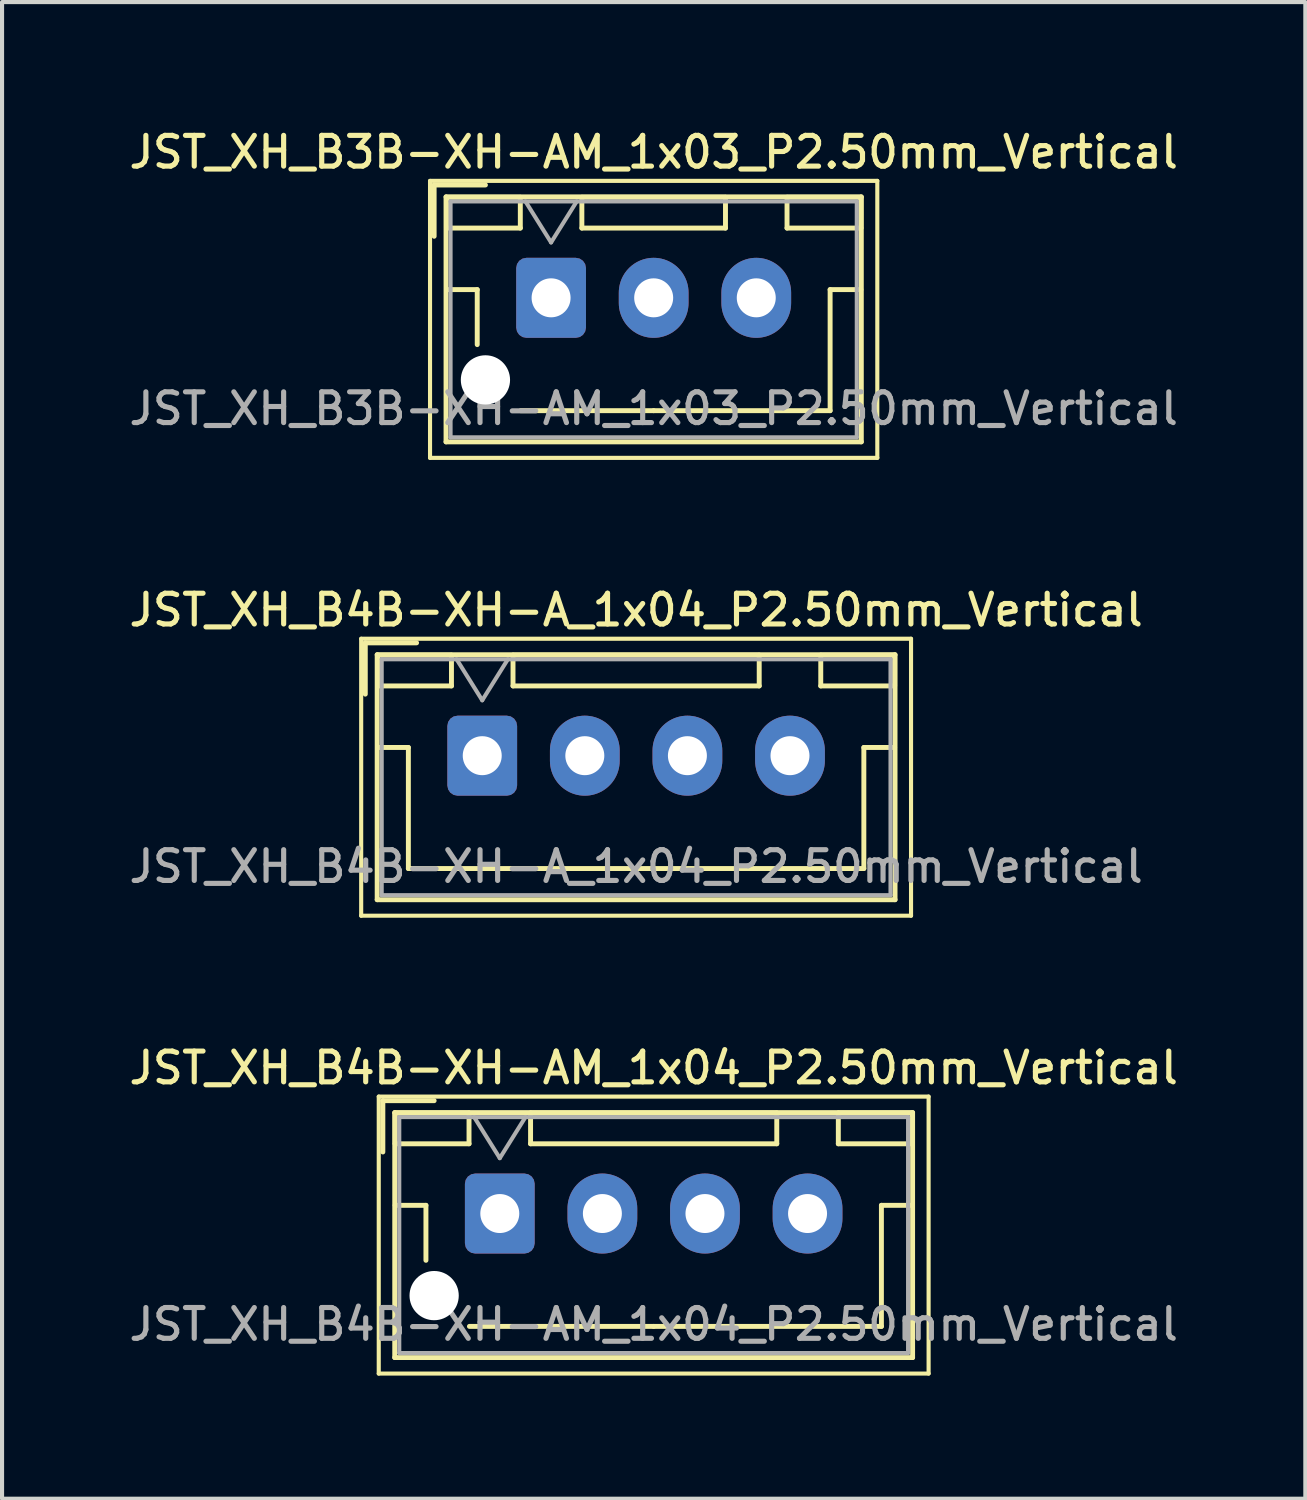
<source format=kicad_pcb>
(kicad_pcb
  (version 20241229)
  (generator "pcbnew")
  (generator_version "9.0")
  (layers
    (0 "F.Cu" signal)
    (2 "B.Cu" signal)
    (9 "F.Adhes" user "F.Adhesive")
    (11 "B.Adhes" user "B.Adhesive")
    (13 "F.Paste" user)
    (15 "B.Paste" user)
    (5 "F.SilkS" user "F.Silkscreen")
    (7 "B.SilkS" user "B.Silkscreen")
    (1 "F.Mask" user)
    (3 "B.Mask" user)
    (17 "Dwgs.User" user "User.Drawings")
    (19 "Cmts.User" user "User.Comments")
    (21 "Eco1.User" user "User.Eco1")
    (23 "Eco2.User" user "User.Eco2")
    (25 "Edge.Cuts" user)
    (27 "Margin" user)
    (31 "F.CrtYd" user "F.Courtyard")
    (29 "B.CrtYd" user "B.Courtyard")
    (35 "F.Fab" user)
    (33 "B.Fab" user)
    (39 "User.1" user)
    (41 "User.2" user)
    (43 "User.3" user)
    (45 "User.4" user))
  (footprint "JST_XH_B3B-XH-AM_1x03_P2.50mm_Vertical"
    (layer "F.Cu")
    (at 10.38 4.208)
    (property "Reference" "JST_XH_B3B-XH-AM_1x03_P2.50mm_Vertical" (at 2.5 -3.55 0) (layer "F.SilkS") (effects (font (size 0.75 0.75) (thickness 0.125))))
    (attr through_hole)
    (fp_line (start -2.95 -2.85) (end -2.95 3.9) (stroke (width 0.1) (type solid)) (layer "F.SilkS"))
    (fp_line (start -2.95 3.9) (end 7.95 3.9) (stroke (width 0.1) (type solid)) (layer "F.SilkS"))
    (fp_line (start -2.85 -2.75) (end -2.85 -1.5) (stroke (width 0.12) (type solid)) (layer "F.SilkS"))
    (fp_line (start -2.56 -2.46) (end -2.56 3.51) (stroke (width 0.12) (type solid)) (layer "F.SilkS"))
    (fp_line (start -2.56 3.51) (end 7.56 3.51) (stroke (width 0.12) (type solid)) (layer "F.SilkS"))
    (fp_line (start -2.55 -2.45) (end -2.55 -1.7) (stroke (width 0.12) (type solid)) (layer "F.SilkS"))
    (fp_line (start -2.55 -1.7) (end -0.75 -1.7) (stroke (width 0.12) (type solid)) (layer "F.SilkS"))
    (fp_line (start -2.55 -0.2) (end -1.8 -0.2) (stroke (width 0.12) (type solid)) (layer "F.SilkS"))
    (fp_line (start -1.8 -0.2) (end -1.8 1.14) (stroke (width 0.12) (type solid)) (layer "F.SilkS"))
    (fp_line (start -1.6 -2.75) (end -2.85 -2.75) (stroke (width 0.12) (type solid)) (layer "F.SilkS"))
    (fp_line (start -0.75 -2.45) (end -2.55 -2.45) (stroke (width 0.12) (type solid)) (layer "F.SilkS"))
    (fp_line (start -0.75 -1.7) (end -0.75 -2.45) (stroke (width 0.12) (type solid)) (layer "F.SilkS"))
    (fp_line (start 0.75 -2.45) (end 0.75 -1.7) (stroke (width 0.12) (type solid)) (layer "F.SilkS"))
    (fp_line (start 0.75 -1.7) (end 4.25 -1.7) (stroke (width 0.12) (type solid)) (layer "F.SilkS"))
    (fp_line (start 2.5 2.75) (end -0.74 2.75) (stroke (width 0.12) (type solid)) (layer "F.SilkS"))
    (fp_line (start 4.25 -2.45) (end 0.75 -2.45) (stroke (width 0.12) (type solid)) (layer "F.SilkS"))
    (fp_line (start 4.25 -1.7) (end 4.25 -2.45) (stroke (width 0.12) (type solid)) (layer "F.SilkS"))
    (fp_line (start 5.75 -2.45) (end 5.75 -1.7) (stroke (width 0.12) (type solid)) (layer "F.SilkS"))
    (fp_line (start 5.75 -1.7) (end 7.55 -1.7) (stroke (width 0.12) (type solid)) (layer "F.SilkS"))
    (fp_line (start 6.8 -0.2) (end 6.8 2.75) (stroke (width 0.12) (type solid)) (layer "F.SilkS"))
    (fp_line (start 6.8 2.75) (end 2.5 2.75) (stroke (width 0.12) (type solid)) (layer "F.SilkS"))
    (fp_line (start 7.55 -2.45) (end 5.75 -2.45) (stroke (width 0.12) (type solid)) (layer "F.SilkS"))
    (fp_line (start 7.55 -1.7) (end 7.55 -2.45) (stroke (width 0.12) (type solid)) (layer "F.SilkS"))
    (fp_line (start 7.55 -0.2) (end 6.8 -0.2) (stroke (width 0.12) (type solid)) (layer "F.SilkS"))
    (fp_line (start 7.56 -2.46) (end -2.56 -2.46) (stroke (width 0.12) (type solid)) (layer "F.SilkS"))
    (fp_line (start 7.56 3.51) (end 7.56 -2.46) (stroke (width 0.12) (type solid)) (layer "F.SilkS"))
    (fp_line (start 7.95 -2.85) (end -2.95 -2.85) (stroke (width 0.1) (type solid)) (layer "F.SilkS"))
    (fp_line (start 7.95 3.9) (end 7.95 -2.85) (stroke (width 0.1) (type solid)) (layer "F.SilkS"))
    (fp_line (start -2.45 -2.35) (end -2.45 3.4) (stroke (width 0.1) (type solid)) (layer "F.Fab"))
    (fp_line (start -2.45 3.4) (end 7.45 3.4) (stroke (width 0.1) (type solid)) (layer "F.Fab"))
    (fp_line (start -0.625 -2.35) (end 0 -1.35) (stroke (width 0.1) (type solid)) (layer "F.Fab"))
    (fp_line (start 0 -1.35) (end 0.625 -2.35) (stroke (width 0.1) (type solid)) (layer "F.Fab"))
    (fp_line (start 7.45 -2.35) (end -2.45 -2.35) (stroke (width 0.1) (type solid)) (layer "F.Fab"))
    (fp_line (start 7.45 3.4) (end 7.45 -2.35) (stroke (width 0.1) (type solid)) (layer "F.Fab"))
    (fp_text user "${REFERENCE}" (at 2.5 2.7 0) (layer "F.Fab") (effects (font (size 0.75 0.75) (thickness 0.125))))
    (pad "" np_thru_hole circle (at -1.6 2) (size 1.2 1.2) (drill 1.2) (layers "*.Cu" "*.Mask"))
    (pad "1" thru_hole roundrect (at 0 0) (size 1.7 1.95) (drill 0.95) (layers "*.Cu" "*.Mask") (roundrect_rratio 0.147))
    (pad "2" thru_hole oval (at 2.5 0) (size 1.7 1.95) (drill 0.95) (layers "*.Cu" "*.Mask"))
    (pad "3" thru_hole oval (at 5 0) (size 1.7 1.95) (drill 0.95) (layers "*.Cu" "*.Mask")))
  (footprint "JST_XH_B4B-XH-AM_1x04_P2.50mm_Vertical"
    (layer "F.Cu")
    (at 9.13 26.524)
    (property "Reference" "JST_XH_B4B-XH-AM_1x04_P2.50mm_Vertical" (at 3.75 -3.55 0) (layer "F.SilkS") (effects (font (size 0.75 0.75) (thickness 0.125))))
    (attr through_hole)
    (fp_line (start -2.95 -2.85) (end -2.95 3.9) (stroke (width 0.1) (type solid)) (layer "F.SilkS"))
    (fp_line (start -2.95 3.9) (end 10.45 3.9) (stroke (width 0.1) (type solid)) (layer "F.SilkS"))
    (fp_line (start -2.85 -2.75) (end -2.85 -1.5) (stroke (width 0.12) (type solid)) (layer "F.SilkS"))
    (fp_line (start -2.56 -2.46) (end -2.56 3.51) (stroke (width 0.12) (type solid)) (layer "F.SilkS"))
    (fp_line (start -2.56 3.51) (end 10.06 3.51) (stroke (width 0.12) (type solid)) (layer "F.SilkS"))
    (fp_line (start -2.55 -2.45) (end -2.55 -1.7) (stroke (width 0.12) (type solid)) (layer "F.SilkS"))
    (fp_line (start -2.55 -1.7) (end -0.75 -1.7) (stroke (width 0.12) (type solid)) (layer "F.SilkS"))
    (fp_line (start -2.55 -0.2) (end -1.8 -0.2) (stroke (width 0.12) (type solid)) (layer "F.SilkS"))
    (fp_line (start -1.8 -0.2) (end -1.8 1.14) (stroke (width 0.12) (type solid)) (layer "F.SilkS"))
    (fp_line (start -1.6 -2.75) (end -2.85 -2.75) (stroke (width 0.12) (type solid)) (layer "F.SilkS"))
    (fp_line (start -0.75 -2.45) (end -2.55 -2.45) (stroke (width 0.12) (type solid)) (layer "F.SilkS"))
    (fp_line (start -0.75 -1.7) (end -0.75 -2.45) (stroke (width 0.12) (type solid)) (layer "F.SilkS"))
    (fp_line (start 0.75 -2.45) (end 0.75 -1.7) (stroke (width 0.12) (type solid)) (layer "F.SilkS"))
    (fp_line (start 0.75 -1.7) (end 6.75 -1.7) (stroke (width 0.12) (type solid)) (layer "F.SilkS"))
    (fp_line (start 3.75 2.75) (end -0.74 2.75) (stroke (width 0.12) (type solid)) (layer "F.SilkS"))
    (fp_line (start 6.75 -2.45) (end 0.75 -2.45) (stroke (width 0.12) (type solid)) (layer "F.SilkS"))
    (fp_line (start 6.75 -1.7) (end 6.75 -2.45) (stroke (width 0.12) (type solid)) (layer "F.SilkS"))
    (fp_line (start 8.25 -2.45) (end 8.25 -1.7) (stroke (width 0.12) (type solid)) (layer "F.SilkS"))
    (fp_line (start 8.25 -1.7) (end 10.05 -1.7) (stroke (width 0.12) (type solid)) (layer "F.SilkS"))
    (fp_line (start 9.3 -0.2) (end 9.3 2.75) (stroke (width 0.12) (type solid)) (layer "F.SilkS"))
    (fp_line (start 9.3 2.75) (end 3.75 2.75) (stroke (width 0.12) (type solid)) (layer "F.SilkS"))
    (fp_line (start 10.05 -2.45) (end 8.25 -2.45) (stroke (width 0.12) (type solid)) (layer "F.SilkS"))
    (fp_line (start 10.05 -1.7) (end 10.05 -2.45) (stroke (width 0.12) (type solid)) (layer "F.SilkS"))
    (fp_line (start 10.05 -0.2) (end 9.3 -0.2) (stroke (width 0.12) (type solid)) (layer "F.SilkS"))
    (fp_line (start 10.06 -2.46) (end -2.56 -2.46) (stroke (width 0.12) (type solid)) (layer "F.SilkS"))
    (fp_line (start 10.06 3.51) (end 10.06 -2.46) (stroke (width 0.12) (type solid)) (layer "F.SilkS"))
    (fp_line (start 10.45 -2.85) (end -2.95 -2.85) (stroke (width 0.1) (type solid)) (layer "F.SilkS"))
    (fp_line (start 10.45 3.9) (end 10.45 -2.85) (stroke (width 0.1) (type solid)) (layer "F.SilkS"))
    (fp_line (start -2.45 -2.35) (end -2.45 3.4) (stroke (width 0.1) (type solid)) (layer "F.Fab"))
    (fp_line (start -2.45 3.4) (end 9.95 3.4) (stroke (width 0.1) (type solid)) (layer "F.Fab"))
    (fp_line (start -0.625 -2.35) (end 0 -1.35) (stroke (width 0.1) (type solid)) (layer "F.Fab"))
    (fp_line (start 0 -1.35) (end 0.625 -2.35) (stroke (width 0.1) (type solid)) (layer "F.Fab"))
    (fp_line (start 9.95 -2.35) (end -2.45 -2.35) (stroke (width 0.1) (type solid)) (layer "F.Fab"))
    (fp_line (start 9.95 3.4) (end 9.95 -2.35) (stroke (width 0.1) (type solid)) (layer "F.Fab"))
    (fp_text user "${REFERENCE}" (at 3.75 2.7 0) (layer "F.Fab") (effects (font (size 0.75 0.75) (thickness 0.125))))
    (pad "" np_thru_hole circle (at -1.6 2) (size 1.2 1.2) (drill 1.2) (layers "*.Cu" "*.Mask"))
    (pad "1" thru_hole roundrect (at 0 0) (size 1.7 1.95) (drill 0.95) (layers "*.Cu" "*.Mask") (roundrect_rratio 0.147))
    (pad "2" thru_hole oval (at 2.5 0) (size 1.7 1.95) (drill 0.95) (layers "*.Cu" "*.Mask"))
    (pad "3" thru_hole oval (at 5 0) (size 1.7 1.95) (drill 0.95) (layers "*.Cu" "*.Mask"))
    (pad "4" thru_hole oval (at 7.5 0) (size 1.7 1.95) (drill 0.95) (layers "*.Cu" "*.Mask")))
  (footprint "JST_XH_B4B-XH-A_1x04_P2.50mm_Vertical"
    (layer "F.Cu")
    (at 8.702 15.366)
    (property "Reference" "JST_XH_B4B-XH-A_1x04_P2.50mm_Vertical" (at 3.75 -3.55 0) (layer "F.SilkS") (effects (font (size 0.75 0.75) (thickness 0.125))))
    (attr through_hole)
    (fp_line (start -2.95 -2.85) (end -2.95 3.9) (stroke (width 0.1) (type solid)) (layer "F.SilkS"))
    (fp_line (start -2.95 3.9) (end 10.45 3.9) (stroke (width 0.1) (type solid)) (layer "F.SilkS"))
    (fp_line (start -2.85 -2.75) (end -2.85 -1.5) (stroke (width 0.12) (type solid)) (layer "F.SilkS"))
    (fp_line (start -2.56 -2.46) (end -2.56 3.51) (stroke (width 0.12) (type solid)) (layer "F.SilkS"))
    (fp_line (start -2.56 3.51) (end 10.06 3.51) (stroke (width 0.12) (type solid)) (layer "F.SilkS"))
    (fp_line (start -2.55 -2.45) (end -2.55 -1.7) (stroke (width 0.12) (type solid)) (layer "F.SilkS"))
    (fp_line (start -2.55 -1.7) (end -0.75 -1.7) (stroke (width 0.12) (type solid)) (layer "F.SilkS"))
    (fp_line (start -2.55 -0.2) (end -1.8 -0.2) (stroke (width 0.12) (type solid)) (layer "F.SilkS"))
    (fp_line (start -1.8 -0.2) (end -1.8 2.75) (stroke (width 0.12) (type solid)) (layer "F.SilkS"))
    (fp_line (start -1.8 2.75) (end 3.75 2.75) (stroke (width 0.12) (type solid)) (layer "F.SilkS"))
    (fp_line (start -1.6 -2.75) (end -2.85 -2.75) (stroke (width 0.12) (type solid)) (layer "F.SilkS"))
    (fp_line (start -0.75 -2.45) (end -2.55 -2.45) (stroke (width 0.12) (type solid)) (layer "F.SilkS"))
    (fp_line (start -0.75 -1.7) (end -0.75 -2.45) (stroke (width 0.12) (type solid)) (layer "F.SilkS"))
    (fp_line (start 0.75 -2.45) (end 0.75 -1.7) (stroke (width 0.12) (type solid)) (layer "F.SilkS"))
    (fp_line (start 0.75 -1.7) (end 6.75 -1.7) (stroke (width 0.12) (type solid)) (layer "F.SilkS"))
    (fp_line (start 6.75 -2.45) (end 0.75 -2.45) (stroke (width 0.12) (type solid)) (layer "F.SilkS"))
    (fp_line (start 6.75 -1.7) (end 6.75 -2.45) (stroke (width 0.12) (type solid)) (layer "F.SilkS"))
    (fp_line (start 8.25 -2.45) (end 8.25 -1.7) (stroke (width 0.12) (type solid)) (layer "F.SilkS"))
    (fp_line (start 8.25 -1.7) (end 10.05 -1.7) (stroke (width 0.12) (type solid)) (layer "F.SilkS"))
    (fp_line (start 9.3 -0.2) (end 9.3 2.75) (stroke (width 0.12) (type solid)) (layer "F.SilkS"))
    (fp_line (start 9.3 2.75) (end 3.75 2.75) (stroke (width 0.12) (type solid)) (layer "F.SilkS"))
    (fp_line (start 10.05 -2.45) (end 8.25 -2.45) (stroke (width 0.12) (type solid)) (layer "F.SilkS"))
    (fp_line (start 10.05 -1.7) (end 10.05 -2.45) (stroke (width 0.12) (type solid)) (layer "F.SilkS"))
    (fp_line (start 10.05 -0.2) (end 9.3 -0.2) (stroke (width 0.12) (type solid)) (layer "F.SilkS"))
    (fp_line (start 10.06 -2.46) (end -2.56 -2.46) (stroke (width 0.12) (type solid)) (layer "F.SilkS"))
    (fp_line (start 10.06 3.51) (end 10.06 -2.46) (stroke (width 0.12) (type solid)) (layer "F.SilkS"))
    (fp_line (start 10.45 -2.85) (end -2.95 -2.85) (stroke (width 0.1) (type solid)) (layer "F.SilkS"))
    (fp_line (start 10.45 3.9) (end 10.45 -2.85) (stroke (width 0.1) (type solid)) (layer "F.SilkS"))
    (fp_line (start -2.45 -2.35) (end -2.45 3.4) (stroke (width 0.1) (type solid)) (layer "F.Fab"))
    (fp_line (start -2.45 3.4) (end 9.95 3.4) (stroke (width 0.1) (type solid)) (layer "F.Fab"))
    (fp_line (start -0.625 -2.35) (end 0 -1.35) (stroke (width 0.1) (type solid)) (layer "F.Fab"))
    (fp_line (start 0 -1.35) (end 0.625 -2.35) (stroke (width 0.1) (type solid)) (layer "F.Fab"))
    (fp_line (start 9.95 -2.35) (end -2.45 -2.35) (stroke (width 0.1) (type solid)) (layer "F.Fab"))
    (fp_line (start 9.95 3.4) (end 9.95 -2.35) (stroke (width 0.1) (type solid)) (layer "F.Fab"))
    (fp_text user "${REFERENCE}" (at 3.75 2.7 0) (layer "F.Fab") (effects (font (size 0.75 0.75) (thickness 0.125))))
    (pad "1" thru_hole roundrect (at 0 0) (size 1.7 1.95) (drill 0.95) (layers "*.Cu" "*.Mask") (roundrect_rratio 0.147))
    (pad "2" thru_hole oval (at 2.5 0) (size 1.7 1.95) (drill 0.95) (layers "*.Cu" "*.Mask"))
    (pad "3" thru_hole oval (at 5 0) (size 1.7 1.95) (drill 0.95) (layers "*.Cu" "*.Mask"))
    (pad "4" thru_hole oval (at 7.5 0) (size 1.7 1.95) (drill 0.95) (layers "*.Cu" "*.Mask")))
  (gr_rect
    (start -3 -3)
    (end 28.761 33.474)
    (stroke (width 0.1) (type default))
    (fill no)
    (layer "Edge.Cuts")))
</source>
